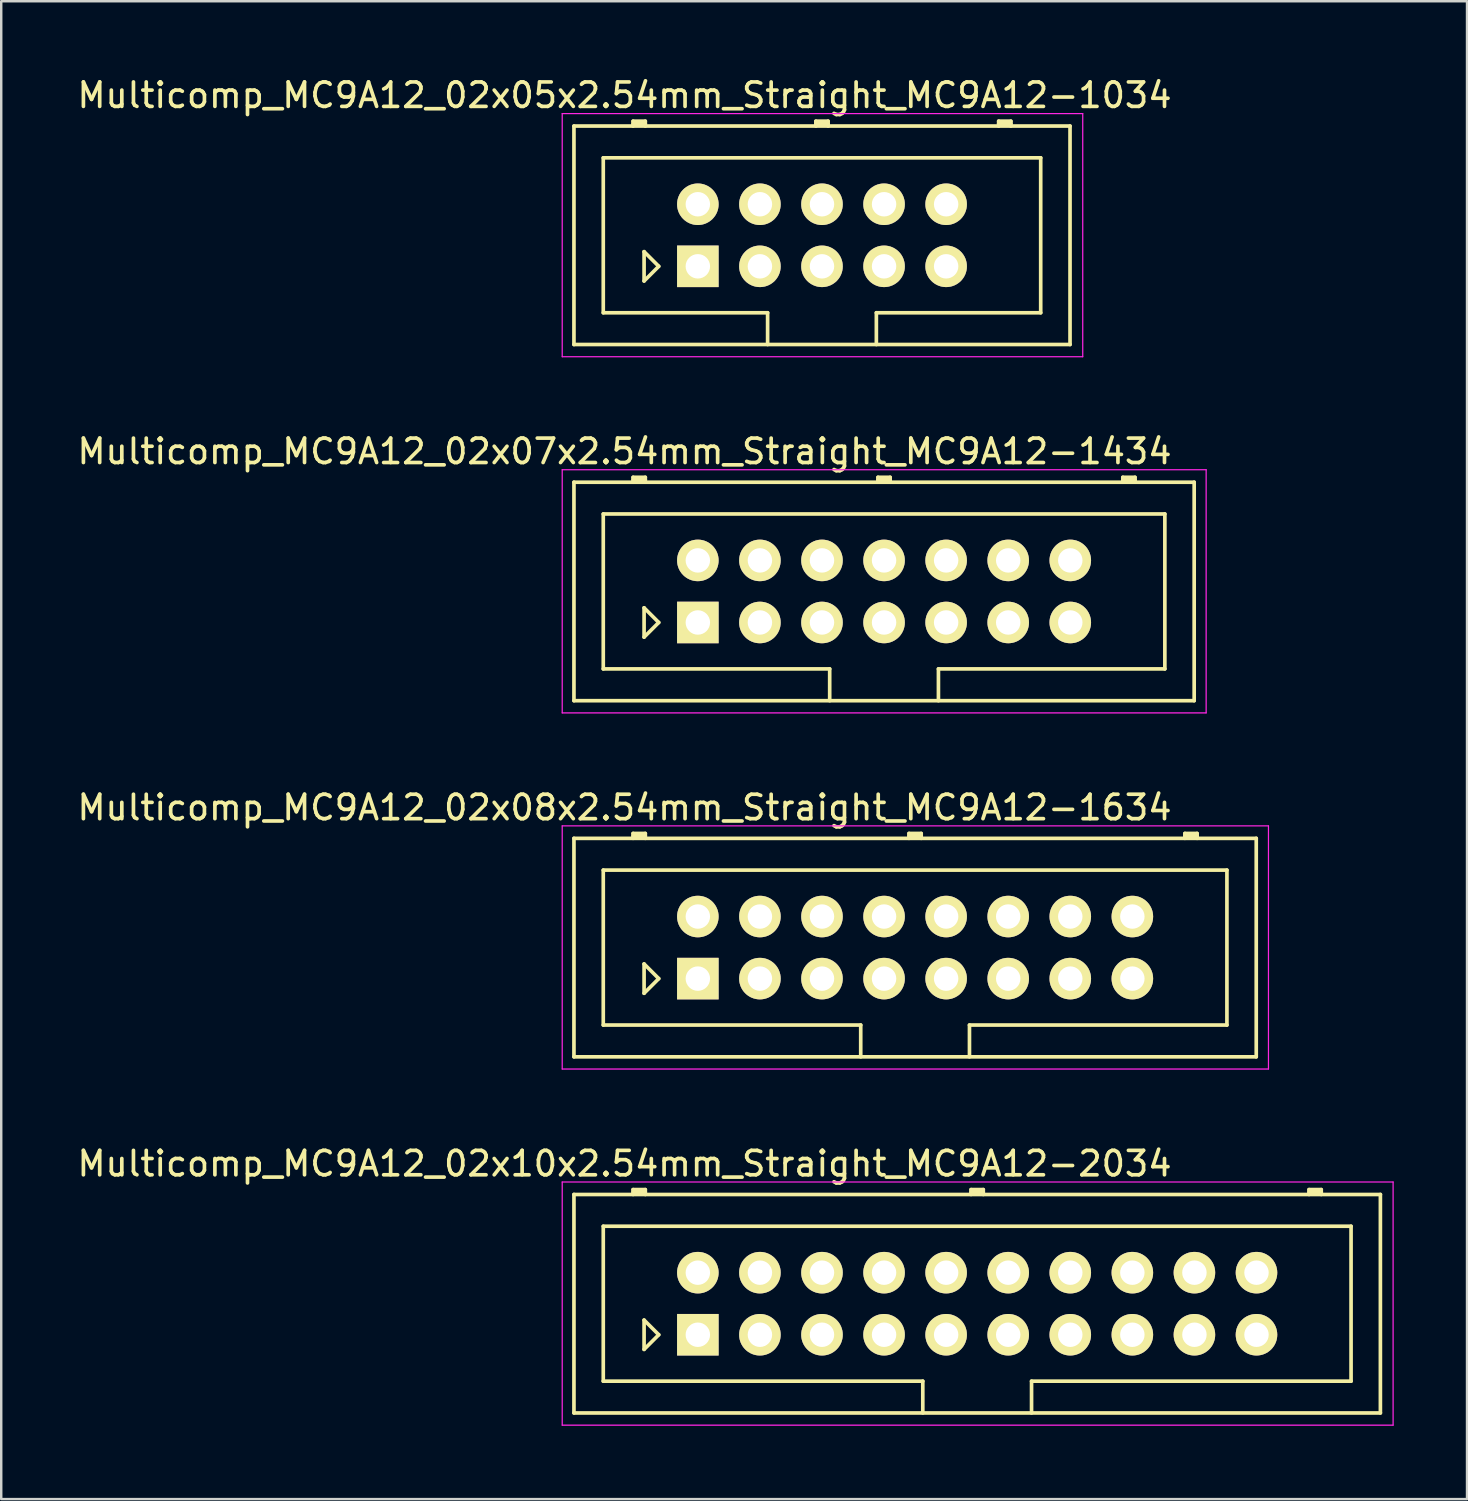
<source format=kicad_pcb>
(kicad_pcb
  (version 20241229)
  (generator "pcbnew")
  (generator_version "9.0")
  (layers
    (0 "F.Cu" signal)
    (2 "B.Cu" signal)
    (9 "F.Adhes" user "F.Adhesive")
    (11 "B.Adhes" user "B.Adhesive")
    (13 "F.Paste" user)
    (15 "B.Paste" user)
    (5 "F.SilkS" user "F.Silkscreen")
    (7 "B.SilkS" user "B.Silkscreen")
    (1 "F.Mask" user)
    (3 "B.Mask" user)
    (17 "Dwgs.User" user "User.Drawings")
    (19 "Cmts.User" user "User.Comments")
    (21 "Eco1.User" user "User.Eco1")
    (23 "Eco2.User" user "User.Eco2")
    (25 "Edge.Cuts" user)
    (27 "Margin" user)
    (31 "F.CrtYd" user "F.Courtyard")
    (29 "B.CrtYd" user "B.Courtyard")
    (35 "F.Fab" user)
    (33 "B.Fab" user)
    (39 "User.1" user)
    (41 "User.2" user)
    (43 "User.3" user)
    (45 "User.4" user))
  (footprint "Multicomp_MC9A12_02x07x2.54mm_Straight_MC9A12-1434"
    (layer "F.Cu")
    (at 25.506 22.422)
    (property "Reference" "Multicomp_MC9A12_02x07x2.54mm_Straight_MC9A12-1434" (at -3 -7 0) (layer "F.SilkS") (effects (font (size 1 1) (thickness 0.15))))
    (attr through_hole)
    (fp_line (start -5.07 -5.74) (end 20.31 -5.74) (stroke (width 0.15) (type solid)) (layer "F.SilkS"))
    (fp_line (start -5.07 3.2) (end -5.07 -5.74) (stroke (width 0.15) (type solid)) (layer "F.SilkS"))
    (fp_line (start -3.87 -4.44) (end 19.11 -4.44) (stroke (width 0.15) (type solid)) (layer "F.SilkS"))
    (fp_line (start -3.87 1.9) (end -3.87 -4.44) (stroke (width 0.15) (type solid)) (layer "F.SilkS"))
    (fp_line (start -2.65 -5.94) (end -2.15 -5.94) (stroke (width 0.15) (type solid)) (layer "F.SilkS"))
    (fp_line (start -2.65 -5.84) (end -2.15 -5.84) (stroke (width 0.15) (type solid)) (layer "F.SilkS"))
    (fp_line (start -2.65 -5.74) (end -2.65 -5.94) (stroke (width 0.15) (type solid)) (layer "F.SilkS"))
    (fp_line (start -2.2 -0.6) (end -1.6 0) (stroke (width 0.15) (type solid)) (layer "F.SilkS"))
    (fp_line (start -2.2 0.6) (end -2.2 -0.6) (stroke (width 0.15) (type solid)) (layer "F.SilkS"))
    (fp_line (start -2.15 -5.94) (end -2.15 -5.74) (stroke (width 0.15) (type solid)) (layer "F.SilkS"))
    (fp_line (start -1.6 0) (end -2.2 0.6) (stroke (width 0.15) (type solid)) (layer "F.SilkS"))
    (fp_line (start 5.395 1.9) (end -3.87 1.9) (stroke (width 0.15) (type solid)) (layer "F.SilkS"))
    (fp_line (start 5.395 3.2) (end 5.395 1.9) (stroke (width 0.15) (type solid)) (layer "F.SilkS"))
    (fp_line (start 7.37 -5.94) (end 7.87 -5.94) (stroke (width 0.15) (type solid)) (layer "F.SilkS"))
    (fp_line (start 7.37 -5.84) (end 7.87 -5.84) (stroke (width 0.15) (type solid)) (layer "F.SilkS"))
    (fp_line (start 7.37 -5.74) (end 7.37 -5.94) (stroke (width 0.15) (type solid)) (layer "F.SilkS"))
    (fp_line (start 7.87 -5.94) (end 7.87 -5.74) (stroke (width 0.15) (type solid)) (layer "F.SilkS"))
    (fp_line (start 9.845 1.9) (end 9.845 3.2) (stroke (width 0.15) (type solid)) (layer "F.SilkS"))
    (fp_line (start 17.39 -5.94) (end 17.89 -5.94) (stroke (width 0.15) (type solid)) (layer "F.SilkS"))
    (fp_line (start 17.39 -5.84) (end 17.89 -5.84) (stroke (width 0.15) (type solid)) (layer "F.SilkS"))
    (fp_line (start 17.39 -5.74) (end 17.39 -5.94) (stroke (width 0.15) (type solid)) (layer "F.SilkS"))
    (fp_line (start 17.89 -5.94) (end 17.89 -5.74) (stroke (width 0.15) (type solid)) (layer "F.SilkS"))
    (fp_line (start 19.11 -4.44) (end 19.11 1.9) (stroke (width 0.15) (type solid)) (layer "F.SilkS"))
    (fp_line (start 19.11 1.9) (end 9.845 1.9) (stroke (width 0.15) (type solid)) (layer "F.SilkS"))
    (fp_line (start 20.31 -5.74) (end 20.31 3.2) (stroke (width 0.15) (type solid)) (layer "F.SilkS"))
    (fp_line (start 20.31 3.2) (end -5.07 3.2) (stroke (width 0.15) (type solid)) (layer "F.SilkS"))
    (fp_line (start -5.55 -6.25) (end 20.8 -6.25) (stroke (width 0.05) (type solid)) (layer "F.CrtYd"))
    (fp_line (start -5.55 3.7) (end -5.55 -6.25) (stroke (width 0.05) (type solid)) (layer "F.CrtYd"))
    (fp_line (start 20.8 -6.25) (end 20.8 3.7) (stroke (width 0.05) (type solid)) (layer "F.CrtYd"))
    (fp_line (start 20.8 3.7) (end -5.55 3.7) (stroke (width 0.05) (type solid)) (layer "F.CrtYd"))
    (pad "1" thru_hole rect (at 0 0) (size 1.7 1.7) (drill 1) (layers "*.Cu" "*.Mask" "F.SilkS"))
    (pad "2" thru_hole circle (at 0 -2.54) (size 1.7 1.7) (drill 1) (layers "*.Cu" "*.Mask" "F.SilkS"))
    (pad "3" thru_hole circle (at 2.54 0) (size 1.7 1.7) (drill 1) (layers "*.Cu" "*.Mask" "F.SilkS"))
    (pad "4" thru_hole circle (at 2.54 -2.54) (size 1.7 1.7) (drill 1) (layers "*.Cu" "*.Mask" "F.SilkS"))
    (pad "5" thru_hole circle (at 5.08 0) (size 1.7 1.7) (drill 1) (layers "*.Cu" "*.Mask" "F.SilkS"))
    (pad "6" thru_hole circle (at 5.08 -2.54) (size 1.7 1.7) (drill 1) (layers "*.Cu" "*.Mask" "F.SilkS"))
    (pad "7" thru_hole circle (at 7.62 0) (size 1.7 1.7) (drill 1) (layers "*.Cu" "*.Mask" "F.SilkS"))
    (pad "8" thru_hole circle (at 7.62 -2.54) (size 1.7 1.7) (drill 1) (layers "*.Cu" "*.Mask" "F.SilkS"))
    (pad "9" thru_hole circle (at 10.16 0) (size 1.7 1.7) (drill 1) (layers "*.Cu" "*.Mask" "F.SilkS"))
    (pad "10" thru_hole circle (at 10.16 -2.54) (size 1.7 1.7) (drill 1) (layers "*.Cu" "*.Mask" "F.SilkS"))
    (pad "11" thru_hole circle (at 12.7 0) (size 1.7 1.7) (drill 1) (layers "*.Cu" "*.Mask" "F.SilkS"))
    (pad "12" thru_hole circle (at 12.7 -2.54) (size 1.7 1.7) (drill 1) (layers "*.Cu" "*.Mask" "F.SilkS"))
    (pad "13" thru_hole circle (at 15.24 0) (size 1.7 1.7) (drill 1) (layers "*.Cu" "*.Mask" "F.SilkS"))
    (pad "14" thru_hole circle (at 15.24 -2.54) (size 1.7 1.7) (drill 1) (layers "*.Cu" "*.Mask" "F.SilkS")))
  (footprint "Multicomp_MC9A12_02x05x2.54mm_Straight_MC9A12-1034"
    (layer "F.Cu")
    (at 25.506 7.848)
    (property "Reference" "Multicomp_MC9A12_02x05x2.54mm_Straight_MC9A12-1034" (at -3 -7 0) (layer "F.SilkS") (effects (font (size 1 1) (thickness 0.15))))
    (attr through_hole)
    (fp_line (start -5.07 -5.74) (end 15.23 -5.74) (stroke (width 0.15) (type solid)) (layer "F.SilkS"))
    (fp_line (start -5.07 3.2) (end -5.07 -5.74) (stroke (width 0.15) (type solid)) (layer "F.SilkS"))
    (fp_line (start -3.87 -4.44) (end 14.03 -4.44) (stroke (width 0.15) (type solid)) (layer "F.SilkS"))
    (fp_line (start -3.87 1.9) (end -3.87 -4.44) (stroke (width 0.15) (type solid)) (layer "F.SilkS"))
    (fp_line (start -2.65 -5.94) (end -2.15 -5.94) (stroke (width 0.15) (type solid)) (layer "F.SilkS"))
    (fp_line (start -2.65 -5.84) (end -2.15 -5.84) (stroke (width 0.15) (type solid)) (layer "F.SilkS"))
    (fp_line (start -2.65 -5.74) (end -2.65 -5.94) (stroke (width 0.15) (type solid)) (layer "F.SilkS"))
    (fp_line (start -2.2 -0.6) (end -1.6 0) (stroke (width 0.15) (type solid)) (layer "F.SilkS"))
    (fp_line (start -2.2 0.6) (end -2.2 -0.6) (stroke (width 0.15) (type solid)) (layer "F.SilkS"))
    (fp_line (start -2.15 -5.94) (end -2.15 -5.74) (stroke (width 0.15) (type solid)) (layer "F.SilkS"))
    (fp_line (start -1.6 0) (end -2.2 0.6) (stroke (width 0.15) (type solid)) (layer "F.SilkS"))
    (fp_line (start 2.855 1.9) (end -3.87 1.9) (stroke (width 0.15) (type solid)) (layer "F.SilkS"))
    (fp_line (start 2.855 3.2) (end 2.855 1.9) (stroke (width 0.15) (type solid)) (layer "F.SilkS"))
    (fp_line (start 4.83 -5.94) (end 5.33 -5.94) (stroke (width 0.15) (type solid)) (layer "F.SilkS"))
    (fp_line (start 4.83 -5.84) (end 5.33 -5.84) (stroke (width 0.15) (type solid)) (layer "F.SilkS"))
    (fp_line (start 4.83 -5.74) (end 4.83 -5.94) (stroke (width 0.15) (type solid)) (layer "F.SilkS"))
    (fp_line (start 5.33 -5.94) (end 5.33 -5.74) (stroke (width 0.15) (type solid)) (layer "F.SilkS"))
    (fp_line (start 7.305 1.9) (end 7.305 3.2) (stroke (width 0.15) (type solid)) (layer "F.SilkS"))
    (fp_line (start 12.31 -5.94) (end 12.81 -5.94) (stroke (width 0.15) (type solid)) (layer "F.SilkS"))
    (fp_line (start 12.31 -5.84) (end 12.81 -5.84) (stroke (width 0.15) (type solid)) (layer "F.SilkS"))
    (fp_line (start 12.31 -5.74) (end 12.31 -5.94) (stroke (width 0.15) (type solid)) (layer "F.SilkS"))
    (fp_line (start 12.81 -5.94) (end 12.81 -5.74) (stroke (width 0.15) (type solid)) (layer "F.SilkS"))
    (fp_line (start 14.03 -4.44) (end 14.03 1.9) (stroke (width 0.15) (type solid)) (layer "F.SilkS"))
    (fp_line (start 14.03 1.9) (end 7.305 1.9) (stroke (width 0.15) (type solid)) (layer "F.SilkS"))
    (fp_line (start 15.23 -5.74) (end 15.23 3.2) (stroke (width 0.15) (type solid)) (layer "F.SilkS"))
    (fp_line (start 15.23 3.2) (end -5.07 3.2) (stroke (width 0.15) (type solid)) (layer "F.SilkS"))
    (fp_line (start -5.55 -6.25) (end 15.75 -6.25) (stroke (width 0.05) (type solid)) (layer "F.CrtYd"))
    (fp_line (start -5.55 3.7) (end -5.55 -6.25) (stroke (width 0.05) (type solid)) (layer "F.CrtYd"))
    (fp_line (start 15.75 -6.25) (end 15.75 3.7) (stroke (width 0.05) (type solid)) (layer "F.CrtYd"))
    (fp_line (start 15.75 3.7) (end -5.55 3.7) (stroke (width 0.05) (type solid)) (layer "F.CrtYd"))
    (pad "1" thru_hole rect (at 0 0) (size 1.7 1.7) (drill 1) (layers "*.Cu" "*.Mask" "F.SilkS"))
    (pad "2" thru_hole circle (at 0 -2.54) (size 1.7 1.7) (drill 1) (layers "*.Cu" "*.Mask" "F.SilkS"))
    (pad "3" thru_hole circle (at 2.54 0) (size 1.7 1.7) (drill 1) (layers "*.Cu" "*.Mask" "F.SilkS"))
    (pad "4" thru_hole circle (at 2.54 -2.54) (size 1.7 1.7) (drill 1) (layers "*.Cu" "*.Mask" "F.SilkS"))
    (pad "5" thru_hole circle (at 5.08 0) (size 1.7 1.7) (drill 1) (layers "*.Cu" "*.Mask" "F.SilkS"))
    (pad "6" thru_hole circle (at 5.08 -2.54) (size 1.7 1.7) (drill 1) (layers "*.Cu" "*.Mask" "F.SilkS"))
    (pad "7" thru_hole circle (at 7.62 0) (size 1.7 1.7) (drill 1) (layers "*.Cu" "*.Mask" "F.SilkS"))
    (pad "8" thru_hole circle (at 7.62 -2.54) (size 1.7 1.7) (drill 1) (layers "*.Cu" "*.Mask" "F.SilkS"))
    (pad "9" thru_hole circle (at 10.16 0) (size 1.7 1.7) (drill 1) (layers "*.Cu" "*.Mask" "F.SilkS"))
    (pad "10" thru_hole circle (at 10.16 -2.54) (size 1.7 1.7) (drill 1) (layers "*.Cu" "*.Mask" "F.SilkS")))
  (footprint "Multicomp_MC9A12_02x08x2.54mm_Straight_MC9A12-1634"
    (layer "F.Cu")
    (at 25.506 36.995)
    (property "Reference" "Multicomp_MC9A12_02x08x2.54mm_Straight_MC9A12-1634" (at -3 -7 0) (layer "F.SilkS") (effects (font (size 1 1) (thickness 0.15))))
    (attr through_hole)
    (fp_line (start -5.07 -5.74) (end 22.85 -5.74) (stroke (width 0.15) (type solid)) (layer "F.SilkS"))
    (fp_line (start -5.07 3.2) (end -5.07 -5.74) (stroke (width 0.15) (type solid)) (layer "F.SilkS"))
    (fp_line (start -3.87 -4.44) (end 21.65 -4.44) (stroke (width 0.15) (type solid)) (layer "F.SilkS"))
    (fp_line (start -3.87 1.9) (end -3.87 -4.44) (stroke (width 0.15) (type solid)) (layer "F.SilkS"))
    (fp_line (start -2.65 -5.94) (end -2.15 -5.94) (stroke (width 0.15) (type solid)) (layer "F.SilkS"))
    (fp_line (start -2.65 -5.84) (end -2.15 -5.84) (stroke (width 0.15) (type solid)) (layer "F.SilkS"))
    (fp_line (start -2.65 -5.74) (end -2.65 -5.94) (stroke (width 0.15) (type solid)) (layer "F.SilkS"))
    (fp_line (start -2.2 -0.6) (end -1.6 0) (stroke (width 0.15) (type solid)) (layer "F.SilkS"))
    (fp_line (start -2.2 0.6) (end -2.2 -0.6) (stroke (width 0.15) (type solid)) (layer "F.SilkS"))
    (fp_line (start -2.15 -5.94) (end -2.15 -5.74) (stroke (width 0.15) (type solid)) (layer "F.SilkS"))
    (fp_line (start -1.6 0) (end -2.2 0.6) (stroke (width 0.15) (type solid)) (layer "F.SilkS"))
    (fp_line (start 6.665 1.9) (end -3.87 1.9) (stroke (width 0.15) (type solid)) (layer "F.SilkS"))
    (fp_line (start 6.665 3.2) (end 6.665 1.9) (stroke (width 0.15) (type solid)) (layer "F.SilkS"))
    (fp_line (start 8.64 -5.94) (end 9.14 -5.94) (stroke (width 0.15) (type solid)) (layer "F.SilkS"))
    (fp_line (start 8.64 -5.84) (end 9.14 -5.84) (stroke (width 0.15) (type solid)) (layer "F.SilkS"))
    (fp_line (start 8.64 -5.74) (end 8.64 -5.94) (stroke (width 0.15) (type solid)) (layer "F.SilkS"))
    (fp_line (start 9.14 -5.94) (end 9.14 -5.74) (stroke (width 0.15) (type solid)) (layer "F.SilkS"))
    (fp_line (start 11.115 1.9) (end 11.115 3.2) (stroke (width 0.15) (type solid)) (layer "F.SilkS"))
    (fp_line (start 19.93 -5.94) (end 20.43 -5.94) (stroke (width 0.15) (type solid)) (layer "F.SilkS"))
    (fp_line (start 19.93 -5.84) (end 20.43 -5.84) (stroke (width 0.15) (type solid)) (layer "F.SilkS"))
    (fp_line (start 19.93 -5.74) (end 19.93 -5.94) (stroke (width 0.15) (type solid)) (layer "F.SilkS"))
    (fp_line (start 20.43 -5.94) (end 20.43 -5.74) (stroke (width 0.15) (type solid)) (layer "F.SilkS"))
    (fp_line (start 21.65 -4.44) (end 21.65 1.9) (stroke (width 0.15) (type solid)) (layer "F.SilkS"))
    (fp_line (start 21.65 1.9) (end 11.115 1.9) (stroke (width 0.15) (type solid)) (layer "F.SilkS"))
    (fp_line (start 22.85 -5.74) (end 22.85 3.2) (stroke (width 0.15) (type solid)) (layer "F.SilkS"))
    (fp_line (start 22.85 3.2) (end -5.07 3.2) (stroke (width 0.15) (type solid)) (layer "F.SilkS"))
    (fp_line (start -5.55 -6.25) (end 23.35 -6.25) (stroke (width 0.05) (type solid)) (layer "F.CrtYd"))
    (fp_line (start -5.55 3.7) (end -5.55 -6.25) (stroke (width 0.05) (type solid)) (layer "F.CrtYd"))
    (fp_line (start 23.35 -6.25) (end 23.35 3.7) (stroke (width 0.05) (type solid)) (layer "F.CrtYd"))
    (fp_line (start 23.35 3.7) (end -5.55 3.7) (stroke (width 0.05) (type solid)) (layer "F.CrtYd"))
    (pad "1" thru_hole rect (at 0 0) (size 1.7 1.7) (drill 1) (layers "*.Cu" "*.Mask" "F.SilkS"))
    (pad "2" thru_hole circle (at 0 -2.54) (size 1.7 1.7) (drill 1) (layers "*.Cu" "*.Mask" "F.SilkS"))
    (pad "3" thru_hole circle (at 2.54 0) (size 1.7 1.7) (drill 1) (layers "*.Cu" "*.Mask" "F.SilkS"))
    (pad "4" thru_hole circle (at 2.54 -2.54) (size 1.7 1.7) (drill 1) (layers "*.Cu" "*.Mask" "F.SilkS"))
    (pad "5" thru_hole circle (at 5.08 0) (size 1.7 1.7) (drill 1) (layers "*.Cu" "*.Mask" "F.SilkS"))
    (pad "6" thru_hole circle (at 5.08 -2.54) (size 1.7 1.7) (drill 1) (layers "*.Cu" "*.Mask" "F.SilkS"))
    (pad "7" thru_hole circle (at 7.62 0) (size 1.7 1.7) (drill 1) (layers "*.Cu" "*.Mask" "F.SilkS"))
    (pad "8" thru_hole circle (at 7.62 -2.54) (size 1.7 1.7) (drill 1) (layers "*.Cu" "*.Mask" "F.SilkS"))
    (pad "9" thru_hole circle (at 10.16 0) (size 1.7 1.7) (drill 1) (layers "*.Cu" "*.Mask" "F.SilkS"))
    (pad "10" thru_hole circle (at 10.16 -2.54) (size 1.7 1.7) (drill 1) (layers "*.Cu" "*.Mask" "F.SilkS"))
    (pad "11" thru_hole circle (at 12.7 0) (size 1.7 1.7) (drill 1) (layers "*.Cu" "*.Mask" "F.SilkS"))
    (pad "12" thru_hole circle (at 12.7 -2.54) (size 1.7 1.7) (drill 1) (layers "*.Cu" "*.Mask" "F.SilkS"))
    (pad "13" thru_hole circle (at 15.24 0) (size 1.7 1.7) (drill 1) (layers "*.Cu" "*.Mask" "F.SilkS"))
    (pad "14" thru_hole circle (at 15.24 -2.54) (size 1.7 1.7) (drill 1) (layers "*.Cu" "*.Mask" "F.SilkS"))
    (pad "15" thru_hole circle (at 17.78 0) (size 1.7 1.7) (drill 1) (layers "*.Cu" "*.Mask" "F.SilkS"))
    (pad "16" thru_hole circle (at 17.78 -2.54) (size 1.7 1.7) (drill 1) (layers "*.Cu" "*.Mask" "F.SilkS")))
  (footprint "Multicomp_MC9A12_02x10x2.54mm_Straight_MC9A12-2034"
    (layer "F.Cu")
    (at 25.506 51.568)
    (property "Reference" "Multicomp_MC9A12_02x10x2.54mm_Straight_MC9A12-2034" (at -3 -7 0) (layer "F.SilkS") (effects (font (size 1 1) (thickness 0.15))))
    (attr through_hole)
    (fp_line (start -5.07 -5.74) (end 27.93 -5.74) (stroke (width 0.15) (type solid)) (layer "F.SilkS"))
    (fp_line (start -5.07 3.2) (end -5.07 -5.74) (stroke (width 0.15) (type solid)) (layer "F.SilkS"))
    (fp_line (start -3.87 -4.44) (end 26.73 -4.44) (stroke (width 0.15) (type solid)) (layer "F.SilkS"))
    (fp_line (start -3.87 1.9) (end -3.87 -4.44) (stroke (width 0.15) (type solid)) (layer "F.SilkS"))
    (fp_line (start -2.65 -5.94) (end -2.15 -5.94) (stroke (width 0.15) (type solid)) (layer "F.SilkS"))
    (fp_line (start -2.65 -5.84) (end -2.15 -5.84) (stroke (width 0.15) (type solid)) (layer "F.SilkS"))
    (fp_line (start -2.65 -5.74) (end -2.65 -5.94) (stroke (width 0.15) (type solid)) (layer "F.SilkS"))
    (fp_line (start -2.2 -0.6) (end -1.6 0) (stroke (width 0.15) (type solid)) (layer "F.SilkS"))
    (fp_line (start -2.2 0.6) (end -2.2 -0.6) (stroke (width 0.15) (type solid)) (layer "F.SilkS"))
    (fp_line (start -2.15 -5.94) (end -2.15 -5.74) (stroke (width 0.15) (type solid)) (layer "F.SilkS"))
    (fp_line (start -1.6 0) (end -2.2 0.6) (stroke (width 0.15) (type solid)) (layer "F.SilkS"))
    (fp_line (start 9.205 1.9) (end -3.87 1.9) (stroke (width 0.15) (type solid)) (layer "F.SilkS"))
    (fp_line (start 9.205 3.2) (end 9.205 1.9) (stroke (width 0.15) (type solid)) (layer "F.SilkS"))
    (fp_line (start 11.18 -5.94) (end 11.68 -5.94) (stroke (width 0.15) (type solid)) (layer "F.SilkS"))
    (fp_line (start 11.18 -5.84) (end 11.68 -5.84) (stroke (width 0.15) (type solid)) (layer "F.SilkS"))
    (fp_line (start 11.18 -5.74) (end 11.18 -5.94) (stroke (width 0.15) (type solid)) (layer "F.SilkS"))
    (fp_line (start 11.68 -5.94) (end 11.68 -5.74) (stroke (width 0.15) (type solid)) (layer "F.SilkS"))
    (fp_line (start 13.655 1.9) (end 13.655 3.2) (stroke (width 0.15) (type solid)) (layer "F.SilkS"))
    (fp_line (start 25.01 -5.94) (end 25.51 -5.94) (stroke (width 0.15) (type solid)) (layer "F.SilkS"))
    (fp_line (start 25.01 -5.84) (end 25.51 -5.84) (stroke (width 0.15) (type solid)) (layer "F.SilkS"))
    (fp_line (start 25.01 -5.74) (end 25.01 -5.94) (stroke (width 0.15) (type solid)) (layer "F.SilkS"))
    (fp_line (start 25.51 -5.94) (end 25.51 -5.74) (stroke (width 0.15) (type solid)) (layer "F.SilkS"))
    (fp_line (start 26.73 -4.44) (end 26.73 1.9) (stroke (width 0.15) (type solid)) (layer "F.SilkS"))
    (fp_line (start 26.73 1.9) (end 13.655 1.9) (stroke (width 0.15) (type solid)) (layer "F.SilkS"))
    (fp_line (start 27.93 -5.74) (end 27.93 3.2) (stroke (width 0.15) (type solid)) (layer "F.SilkS"))
    (fp_line (start 27.93 3.2) (end -5.07 3.2) (stroke (width 0.15) (type solid)) (layer "F.SilkS"))
    (fp_line (start -5.55 -6.25) (end 28.45 -6.25) (stroke (width 0.05) (type solid)) (layer "F.CrtYd"))
    (fp_line (start -5.55 3.7) (end -5.55 -6.25) (stroke (width 0.05) (type solid)) (layer "F.CrtYd"))
    (fp_line (start 28.45 -6.25) (end 28.45 3.7) (stroke (width 0.05) (type solid)) (layer "F.CrtYd"))
    (fp_line (start 28.45 3.7) (end -5.55 3.7) (stroke (width 0.05) (type solid)) (layer "F.CrtYd"))
    (pad "1" thru_hole rect (at 0 0) (size 1.7 1.7) (drill 1) (layers "*.Cu" "*.Mask" "F.SilkS"))
    (pad "2" thru_hole circle (at 0 -2.54) (size 1.7 1.7) (drill 1) (layers "*.Cu" "*.Mask" "F.SilkS"))
    (pad "3" thru_hole circle (at 2.54 0) (size 1.7 1.7) (drill 1) (layers "*.Cu" "*.Mask" "F.SilkS"))
    (pad "4" thru_hole circle (at 2.54 -2.54) (size 1.7 1.7) (drill 1) (layers "*.Cu" "*.Mask" "F.SilkS"))
    (pad "5" thru_hole circle (at 5.08 0) (size 1.7 1.7) (drill 1) (layers "*.Cu" "*.Mask" "F.SilkS"))
    (pad "6" thru_hole circle (at 5.08 -2.54) (size 1.7 1.7) (drill 1) (layers "*.Cu" "*.Mask" "F.SilkS"))
    (pad "7" thru_hole circle (at 7.62 0) (size 1.7 1.7) (drill 1) (layers "*.Cu" "*.Mask" "F.SilkS"))
    (pad "8" thru_hole circle (at 7.62 -2.54) (size 1.7 1.7) (drill 1) (layers "*.Cu" "*.Mask" "F.SilkS"))
    (pad "9" thru_hole circle (at 10.16 0) (size 1.7 1.7) (drill 1) (layers "*.Cu" "*.Mask" "F.SilkS"))
    (pad "10" thru_hole circle (at 10.16 -2.54) (size 1.7 1.7) (drill 1) (layers "*.Cu" "*.Mask" "F.SilkS"))
    (pad "11" thru_hole circle (at 12.7 0) (size 1.7 1.7) (drill 1) (layers "*.Cu" "*.Mask" "F.SilkS"))
    (pad "12" thru_hole circle (at 12.7 -2.54) (size 1.7 1.7) (drill 1) (layers "*.Cu" "*.Mask" "F.SilkS"))
    (pad "13" thru_hole circle (at 15.24 0) (size 1.7 1.7) (drill 1) (layers "*.Cu" "*.Mask" "F.SilkS"))
    (pad "14" thru_hole circle (at 15.24 -2.54) (size 1.7 1.7) (drill 1) (layers "*.Cu" "*.Mask" "F.SilkS"))
    (pad "15" thru_hole circle (at 17.78 0) (size 1.7 1.7) (drill 1) (layers "*.Cu" "*.Mask" "F.SilkS"))
    (pad "16" thru_hole circle (at 17.78 -2.54) (size 1.7 1.7) (drill 1) (layers "*.Cu" "*.Mask" "F.SilkS"))
    (pad "17" thru_hole circle (at 20.32 0) (size 1.7 1.7) (drill 1) (layers "*.Cu" "*.Mask" "F.SilkS"))
    (pad "18" thru_hole circle (at 20.32 -2.54) (size 1.7 1.7) (drill 1) (layers "*.Cu" "*.Mask" "F.SilkS"))
    (pad "19" thru_hole circle (at 22.86 0) (size 1.7 1.7) (drill 1) (layers "*.Cu" "*.Mask" "F.SilkS"))
    (pad "20" thru_hole circle (at 22.86 -2.54) (size 1.7 1.7) (drill 1) (layers "*.Cu" "*.Mask" "F.SilkS")))
  (gr_rect
    (start -3 -3)
    (end 56.981 58.293)
    (stroke (width 0.1) (type default))
    (fill no)
    (layer "Edge.Cuts")))
</source>
